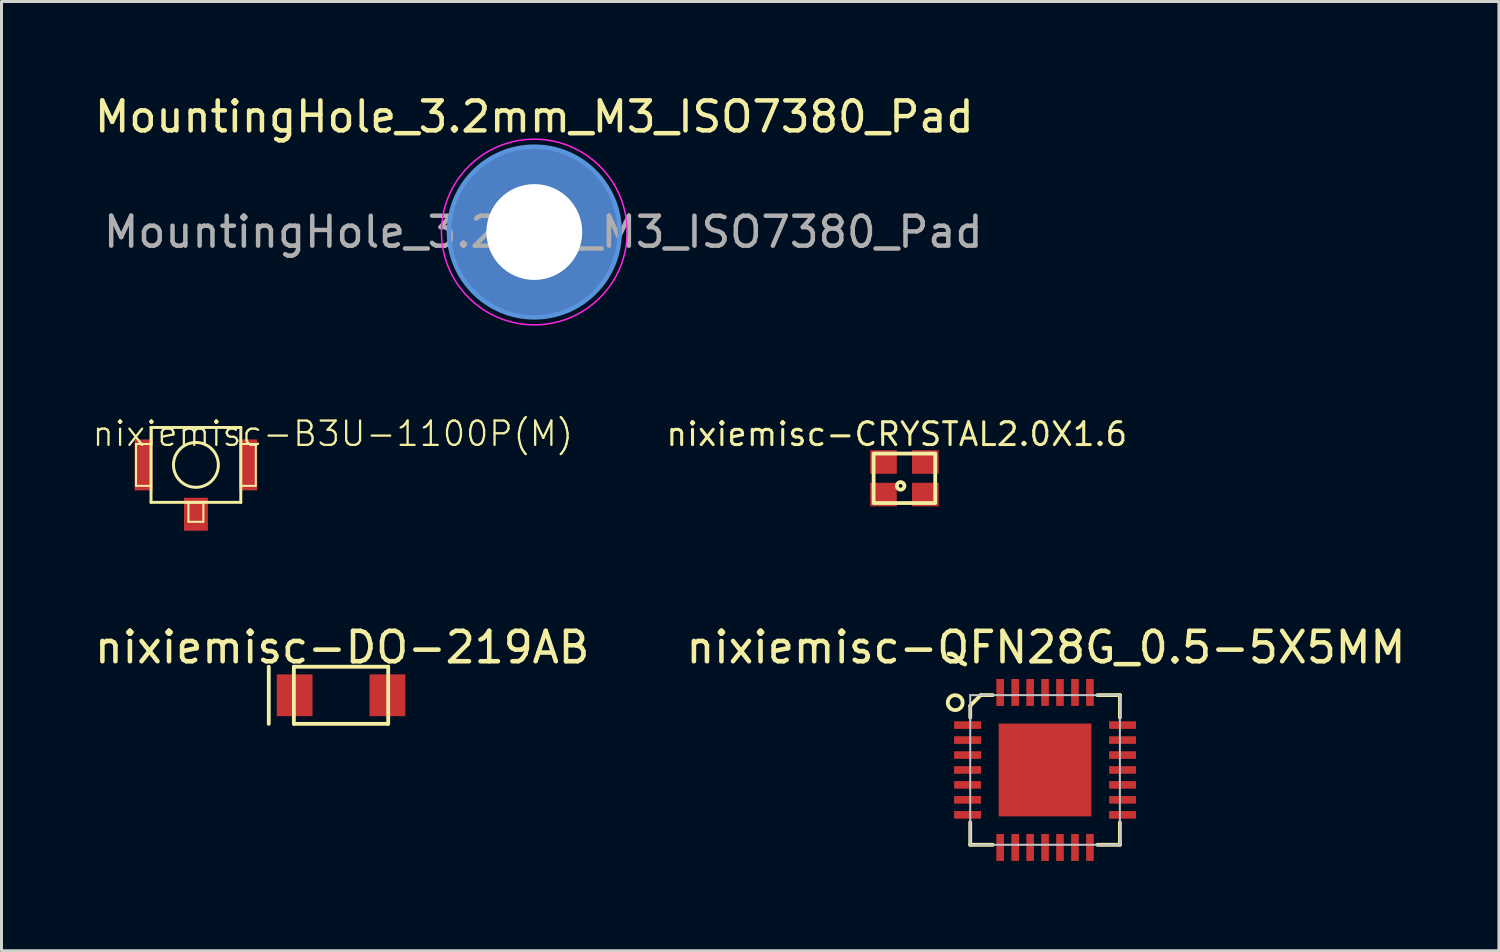
<source format=kicad_pcb>
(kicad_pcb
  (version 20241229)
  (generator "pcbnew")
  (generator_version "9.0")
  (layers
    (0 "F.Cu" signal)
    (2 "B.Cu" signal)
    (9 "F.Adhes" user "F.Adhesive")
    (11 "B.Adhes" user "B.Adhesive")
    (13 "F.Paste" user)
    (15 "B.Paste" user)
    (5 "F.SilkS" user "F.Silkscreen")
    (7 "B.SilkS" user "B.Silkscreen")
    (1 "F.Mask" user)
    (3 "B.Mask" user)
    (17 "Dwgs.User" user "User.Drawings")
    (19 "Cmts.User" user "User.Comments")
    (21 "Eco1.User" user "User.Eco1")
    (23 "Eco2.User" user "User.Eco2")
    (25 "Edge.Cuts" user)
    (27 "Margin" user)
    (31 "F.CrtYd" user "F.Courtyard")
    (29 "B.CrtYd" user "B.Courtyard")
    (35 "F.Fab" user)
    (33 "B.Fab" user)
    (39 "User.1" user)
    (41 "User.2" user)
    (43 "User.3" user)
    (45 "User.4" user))
  (footprint "nixiemisc-B3U-1100P(M)"
    (placed yes)
    (layer "F.Cu")
    (at 3.492 12.474)
    (property "Reference" "nixiemisc-B3U-1100P(M)" (at 4.572 -1.041 0) (layer "F.SilkS") (effects (font (size 0.813 0.813) (thickness 0.076))))
    (attr smd)
    (fp_line (start -2.05 -0.848) (end -1.448 -0.848) (stroke (width 0.066) (type solid)) (layer "F.Mask"))
    (fp_line (start -2.05 0.848) (end -2.05 -0.848) (stroke (width 0.066) (type solid)) (layer "F.Mask"))
    (fp_line (start -2.05 0.848) (end -1.448 0.848) (stroke (width 0.066) (type solid)) (layer "F.Mask"))
    (fp_line (start -1.448 0.848) (end -1.448 -0.848) (stroke (width 0.066) (type solid)) (layer "F.Mask"))
    (fp_line (start -0.399 1.1) (end 0.399 1.1) (stroke (width 0.066) (type solid)) (layer "F.Mask"))
    (fp_line (start -0.399 2.2) (end -0.399 1.1) (stroke (width 0.066) (type solid)) (layer "F.Mask"))
    (fp_line (start -0.399 2.2) (end 0.399 2.2) (stroke (width 0.066) (type solid)) (layer "F.Mask"))
    (fp_line (start 0.399 2.2) (end 0.399 1.1) (stroke (width 0.066) (type solid)) (layer "F.Mask"))
    (fp_line (start 1.448 -0.848) (end 2.05 -0.848) (stroke (width 0.066) (type solid)) (layer "F.Mask"))
    (fp_line (start 1.448 0.848) (end 1.448 -0.848) (stroke (width 0.066) (type solid)) (layer "F.Mask"))
    (fp_line (start 1.448 0.848) (end 2.05 0.848) (stroke (width 0.066) (type solid)) (layer "F.Mask"))
    (fp_line (start 2.05 0.848) (end 2.05 -0.848) (stroke (width 0.066) (type solid)) (layer "F.Mask"))
    (fp_line (start -1.999 -0.699) (end -1.499 -0.699) (stroke (width 0.066) (type solid)) (layer "F.SilkS"))
    (fp_line (start -1.999 0.699) (end -1.999 -0.699) (stroke (width 0.066) (type solid)) (layer "F.SilkS"))
    (fp_line (start -1.999 0.699) (end -1.499 0.699) (stroke (width 0.066) (type solid)) (layer "F.SilkS"))
    (fp_line (start -1.499 -1.25) (end 1.499 -1.25) (stroke (width 0.099) (type solid)) (layer "F.SilkS"))
    (fp_line (start -1.499 0.699) (end -1.499 -0.699) (stroke (width 0.066) (type solid)) (layer "F.SilkS"))
    (fp_line (start -1.499 1.25) (end -1.499 -1.25) (stroke (width 0.099) (type solid)) (layer "F.SilkS"))
    (fp_line (start -0.249 1.25) (end 0.249 1.25) (stroke (width 0.066) (type solid)) (layer "F.SilkS"))
    (fp_line (start -0.249 1.9) (end -0.249 1.25) (stroke (width 0.066) (type solid)) (layer "F.SilkS"))
    (fp_line (start -0.249 1.9) (end 0.249 1.9) (stroke (width 0.066) (type solid)) (layer "F.SilkS"))
    (fp_line (start 0.249 1.9) (end 0.249 1.25) (stroke (width 0.066) (type solid)) (layer "F.SilkS"))
    (fp_line (start 1.499 -1.25) (end 1.499 1.25) (stroke (width 0.099) (type solid)) (layer "F.SilkS"))
    (fp_line (start 1.499 -0.699) (end 1.499 0.699) (stroke (width 0.066) (type solid)) (layer "F.SilkS"))
    (fp_line (start 1.499 1.25) (end -1.499 1.25) (stroke (width 0.099) (type solid)) (layer "F.SilkS"))
    (fp_line (start 1.999 -0.699) (end 1.499 -0.699) (stroke (width 0.066) (type solid)) (layer "F.SilkS"))
    (fp_line (start 1.999 -0.699) (end 1.999 0.699) (stroke (width 0.066) (type solid)) (layer "F.SilkS"))
    (fp_line (start 1.999 0.699) (end 1.499 0.699) (stroke (width 0.066) (type solid)) (layer "F.SilkS"))
    (fp_circle (center 0 0) (end 0 -0.749) (stroke (width 0.099) (type solid)) (fill no) (layer "F.SilkS"))
    (pad "1" smd rect (at -1.748 0) (size 0.599 1.699) (layers "F.Cu" "F.Mask" "F.Paste"))
    (pad "2" smd rect (at 1.748 0) (size 0.599 1.699) (layers "F.Cu" "F.Mask" "F.Paste"))
    (pad "GND" smd rect (at 0 1.648) (size 0.798 1.1) (layers "F.Cu" "F.Mask" "F.Paste")))
  (footprint "MountingHole_3.2mm_M3_ISO7380_Pad"
    (layer "F.Cu")
    (at 14.792 4.698)
    (property "Reference" "MountingHole_3.2mm_M3_ISO7380_Pad" (at 0 -3.85 0) (layer "F.SilkS") (effects (font (size 1 1) (thickness 0.15))))
    (attr exclude_from_pos_files exclude_from_bom)
    (fp_circle (center 0 0) (end 2.85 0) (stroke (width 0.15) (type solid)) (fill no) (layer "Cmts.User"))
    (fp_circle (center 0 0) (end 3.1 0) (stroke (width 0.05) (type solid)) (fill no) (layer "F.CrtYd"))
    (fp_text user "${REFERENCE}" (at 0.3 0 0) (layer "F.Fab") (effects (font (size 1 1) (thickness 0.15))))
    (pad "1" thru_hole circle (at 0 0) (size 5.7 5.7) (drill 3.2) (layers "*.Cu" "*.Mask")))
  (footprint "nixiemisc-DO-219AB"
    (layer "F.Cu")
    (at 8.338 20.167)
    (property "Reference" "nixiemisc-DO-219AB" (at 0.038 -1.599 0) (layer "F.SilkS") (effects (font (size 1.016 1.016) (thickness 0.152))))
    (attr smd)
    (fp_line (start -2.413 -0.953) (end -2.413 0.953) (stroke (width 0.127) (type solid)) (layer "F.SilkS"))
    (fp_line (start -1.575 -0.953) (end 1.575 -0.953) (stroke (width 0.127) (type solid)) (layer "F.SilkS"))
    (fp_line (start -1.575 0.953) (end -1.575 -0.953) (stroke (width 0.127) (type solid)) (layer "F.SilkS"))
    (fp_line (start 1.575 -0.953) (end 1.575 0.953) (stroke (width 0.127) (type solid)) (layer "F.SilkS"))
    (fp_line (start 1.575 0.953) (end -1.575 0.953) (stroke (width 0.127) (type solid)) (layer "F.SilkS"))
    (pad "A" smd rect (at 1.549 0 180) (size 1.194 1.397) (layers "F.Cu" "F.Mask" "F.Paste"))
    (pad "C" smd rect (at -1.549 0) (size 1.194 1.397) (layers "F.Cu" "F.Mask" "F.Paste")))
  (footprint "nixiemisc-CRYSTAL2.0X1.6"
    (placed yes)
    (layer "F.Cu")
    (at 27.151 12.921)
    (property "Reference" "nixiemisc-CRYSTAL2.0X1.6" (at -0.254 -1.473 0) (layer "F.SilkS") (effects (font (size 0.762 0.762) (thickness 0.102))))
    (attr smd)
    (fp_line (start -1.029 -0.826) (end 1.029 -0.826) (stroke (width 0.127) (type solid)) (layer "F.SilkS"))
    (fp_line (start -1.029 -0.775) (end -1.029 0.775) (stroke (width 0.127) (type solid)) (layer "F.SilkS"))
    (fp_line (start -1.029 0.826) (end 1.029 0.826) (stroke (width 0.127) (type solid)) (layer "F.SilkS"))
    (fp_line (start 1.029 -0.775) (end 1.029 0.775) (stroke (width 0.127) (type solid)) (layer "F.SilkS"))
    (fp_circle (center -0.127 0.254) (end -0.127 0.191) (stroke (width 0.127) (type solid)) (fill no) (layer "F.SilkS"))
    (pad "1" smd rect (at -0.699 0.544) (size 0.889 0.787) (layers "F.Cu" "F.Mask" "F.Paste"))
    (pad "2" smd rect (at 0.699 0.544) (size 0.889 0.787) (layers "F.Cu" "F.Mask" "F.Paste"))
    (pad "3" smd rect (at 0.699 -0.544) (size 0.889 0.787) (layers "F.Cu" "F.Mask" "F.Paste"))
    (pad "4" smd rect (at -0.699 -0.544) (size 0.889 0.787) (layers "F.Cu" "F.Mask" "F.Paste")))
  (footprint "nixiemisc-QFN28G_0.5-5X5MM"
    (layer "F.Cu")
    (at 31.847 22.661)
    (property "Reference" "nixiemisc-QFN28G_0.5-5X5MM" (at 0.031 -4.093 0) (layer "F.SilkS") (effects (font (size 1.016 1.016) (thickness 0.152))))
    (attr smd)
    (fp_line (start -2.499 -2.146) (end -2.499 -1.748) (stroke (width 0.127) (type solid)) (layer "F.SilkS"))
    (fp_line (start -2.499 1.748) (end -2.499 2.499) (stroke (width 0.127) (type solid)) (layer "F.SilkS"))
    (fp_line (start -2.499 2.499) (end -1.748 2.499) (stroke (width 0.127) (type solid)) (layer "F.SilkS"))
    (fp_line (start -2.146 -2.499) (end -2.499 -2.146) (stroke (width 0.127) (type solid)) (layer "F.SilkS"))
    (fp_line (start -1.748 -2.499) (end -2.146 -2.499) (stroke (width 0.127) (type solid)) (layer "F.SilkS"))
    (fp_line (start 1.748 -2.499) (end 2.499 -2.499) (stroke (width 0.127) (type solid)) (layer "F.SilkS"))
    (fp_line (start 1.748 2.499) (end 2.499 2.499) (stroke (width 0.127) (type solid)) (layer "F.SilkS"))
    (fp_line (start 2.499 -2.499) (end 2.499 -1.748) (stroke (width 0.127) (type solid)) (layer "F.SilkS"))
    (fp_line (start 2.499 2.499) (end 2.499 1.748) (stroke (width 0.127) (type solid)) (layer "F.SilkS"))
    (fp_circle (center -3 -2.248) (end -3 -2.497) (stroke (width 0.127) (type solid)) (fill no) (layer "F.SilkS"))
    (fp_line (start -1.499 -1.499) (end -0.249 -1.499) (stroke (width 0.066) (type solid)) (layer "F.Paste"))
    (fp_line (start -1.499 -0.249) (end -1.499 -1.499) (stroke (width 0.066) (type solid)) (layer "F.Paste"))
    (fp_line (start -1.499 -0.249) (end -0.249 -0.249) (stroke (width 0.066) (type solid)) (layer "F.Paste"))
    (fp_line (start -1.499 0.249) (end -0.249 0.249) (stroke (width 0.066) (type solid)) (layer "F.Paste"))
    (fp_line (start -1.499 1.499) (end -1.499 0.249) (stroke (width 0.066) (type solid)) (layer "F.Paste"))
    (fp_line (start -1.499 1.499) (end -0.249 1.499) (stroke (width 0.066) (type solid)) (layer "F.Paste"))
    (fp_line (start -0.249 -0.249) (end -0.249 -1.499) (stroke (width 0.066) (type solid)) (layer "F.Paste"))
    (fp_line (start -0.249 1.499) (end -0.249 0.249) (stroke (width 0.066) (type solid)) (layer "F.Paste"))
    (fp_line (start 0.249 -1.499) (end 1.499 -1.499) (stroke (width 0.066) (type solid)) (layer "F.Paste"))
    (fp_line (start 0.249 -0.249) (end 0.249 -1.499) (stroke (width 0.066) (type solid)) (layer "F.Paste"))
    (fp_line (start 0.249 -0.249) (end 1.499 -0.249) (stroke (width 0.066) (type solid)) (layer "F.Paste"))
    (fp_line (start 0.249 0.249) (end 1.499 0.249) (stroke (width 0.066) (type solid)) (layer "F.Paste"))
    (fp_line (start 0.249 1.499) (end 0.249 0.249) (stroke (width 0.066) (type solid)) (layer "F.Paste"))
    (fp_line (start 0.249 1.499) (end 1.499 1.499) (stroke (width 0.066) (type solid)) (layer "F.Paste"))
    (fp_line (start 1.499 -0.249) (end 1.499 -1.499) (stroke (width 0.066) (type solid)) (layer "F.Paste"))
    (fp_line (start 1.499 1.499) (end 1.499 0.249) (stroke (width 0.066) (type solid)) (layer "F.Paste"))
    (fp_line (start -2.499 -2.499) (end 2.499 -2.499) (stroke (width 0.066) (type solid)) (layer "Dwgs.User"))
    (fp_line (start -2.499 2.499) (end -2.499 -2.499) (stroke (width 0.066) (type solid)) (layer "Dwgs.User"))
    (fp_line (start -2.499 2.499) (end 2.499 2.499) (stroke (width 0.066) (type solid)) (layer "Dwgs.User"))
    (fp_line (start 2.499 2.499) (end 2.499 -2.499) (stroke (width 0.066) (type solid)) (layer "Dwgs.User"))
    (pad "1" smd rect (at -2.588 -1.499) (size 0.899 0.254) (layers "F.Cu" "F.Mask" "F.Paste"))
    (pad "2" smd rect (at -2.588 -0.998) (size 0.899 0.254) (layers "F.Cu" "F.Mask" "F.Paste"))
    (pad "3" smd rect (at -2.588 -0.498) (size 0.899 0.254) (layers "F.Cu" "F.Mask" "F.Paste"))
    (pad "4" smd rect (at -2.588 0) (size 0.899 0.254) (layers "F.Cu" "F.Mask" "F.Paste"))
    (pad "5" smd rect (at -2.588 0.498) (size 0.899 0.254) (layers "F.Cu" "F.Mask" "F.Paste"))
    (pad "6" smd rect (at -2.588 0.998) (size 0.899 0.254) (layers "F.Cu" "F.Mask" "F.Paste"))
    (pad "7" smd rect (at -2.588 1.499) (size 0.899 0.254) (layers "F.Cu" "F.Mask" "F.Paste"))
    (pad "8" smd rect (at -1.499 2.588 90) (size 0.899 0.254) (layers "F.Cu" "F.Mask" "F.Paste"))
    (pad "9" smd rect (at -0.998 2.588 90) (size 0.899 0.254) (layers "F.Cu" "F.Mask" "F.Paste"))
    (pad "10" smd rect (at -0.498 2.588 90) (size 0.899 0.254) (layers "F.Cu" "F.Mask" "F.Paste"))
    (pad "11" smd rect (at 0 2.588 90) (size 0.899 0.254) (layers "F.Cu" "F.Mask" "F.Paste"))
    (pad "12" smd rect (at 0.498 2.588 90) (size 0.899 0.254) (layers "F.Cu" "F.Mask" "F.Paste"))
    (pad "13" smd rect (at 0.998 2.588 90) (size 0.899 0.254) (layers "F.Cu" "F.Mask" "F.Paste"))
    (pad "14" smd rect (at 1.499 2.588 90) (size 0.899 0.254) (layers "F.Cu" "F.Mask" "F.Paste"))
    (pad "15" smd rect (at 2.588 1.499 180) (size 0.899 0.254) (layers "F.Cu" "F.Mask" "F.Paste"))
    (pad "16" smd rect (at 2.588 0.998 180) (size 0.899 0.254) (layers "F.Cu" "F.Mask" "F.Paste"))
    (pad "17" smd rect (at 2.588 0.498 180) (size 0.899 0.254) (layers "F.Cu" "F.Mask" "F.Paste"))
    (pad "18" smd rect (at 2.588 0 180) (size 0.899 0.254) (layers "F.Cu" "F.Mask" "F.Paste"))
    (pad "19" smd rect (at 2.588 -0.498 180) (size 0.899 0.254) (layers "F.Cu" "F.Mask" "F.Paste"))
    (pad "20" smd rect (at 2.588 -0.998 180) (size 0.899 0.254) (layers "F.Cu" "F.Mask" "F.Paste"))
    (pad "21" smd rect (at 2.588 -1.499 180) (size 0.899 0.254) (layers "F.Cu" "F.Mask" "F.Paste"))
    (pad "22" smd rect (at 1.499 -2.588 270) (size 0.899 0.254) (layers "F.Cu" "F.Mask" "F.Paste"))
    (pad "23" smd rect (at 0.998 -2.588 270) (size 0.899 0.254) (layers "F.Cu" "F.Mask" "F.Paste"))
    (pad "24" smd rect (at 0.498 -2.588 270) (size 0.899 0.254) (layers "F.Cu" "F.Mask" "F.Paste"))
    (pad "25" smd rect (at 0 -2.588 270) (size 0.899 0.254) (layers "F.Cu" "F.Mask" "F.Paste"))
    (pad "26" smd rect (at -0.498 -2.588 270) (size 0.899 0.254) (layers "F.Cu" "F.Mask" "F.Paste"))
    (pad "27" smd rect (at -0.998 -2.588 270) (size 0.899 0.254) (layers "F.Cu" "F.Mask" "F.Paste"))
    (pad "28" smd rect (at -1.499 -2.588 270) (size 0.899 0.254) (layers "F.Cu" "F.Mask" "F.Paste"))
    (pad "29" smd rect (at 0 0) (size 3.099 3.099) (layers "F.Cu" "F.Mask" "F.Paste")))
  (gr_rect
    (start -3 -3)
    (end 47.003 28.699)
    (stroke (width 0.1) (type default))
    (fill no)
    (layer "Edge.Cuts")))
</source>
